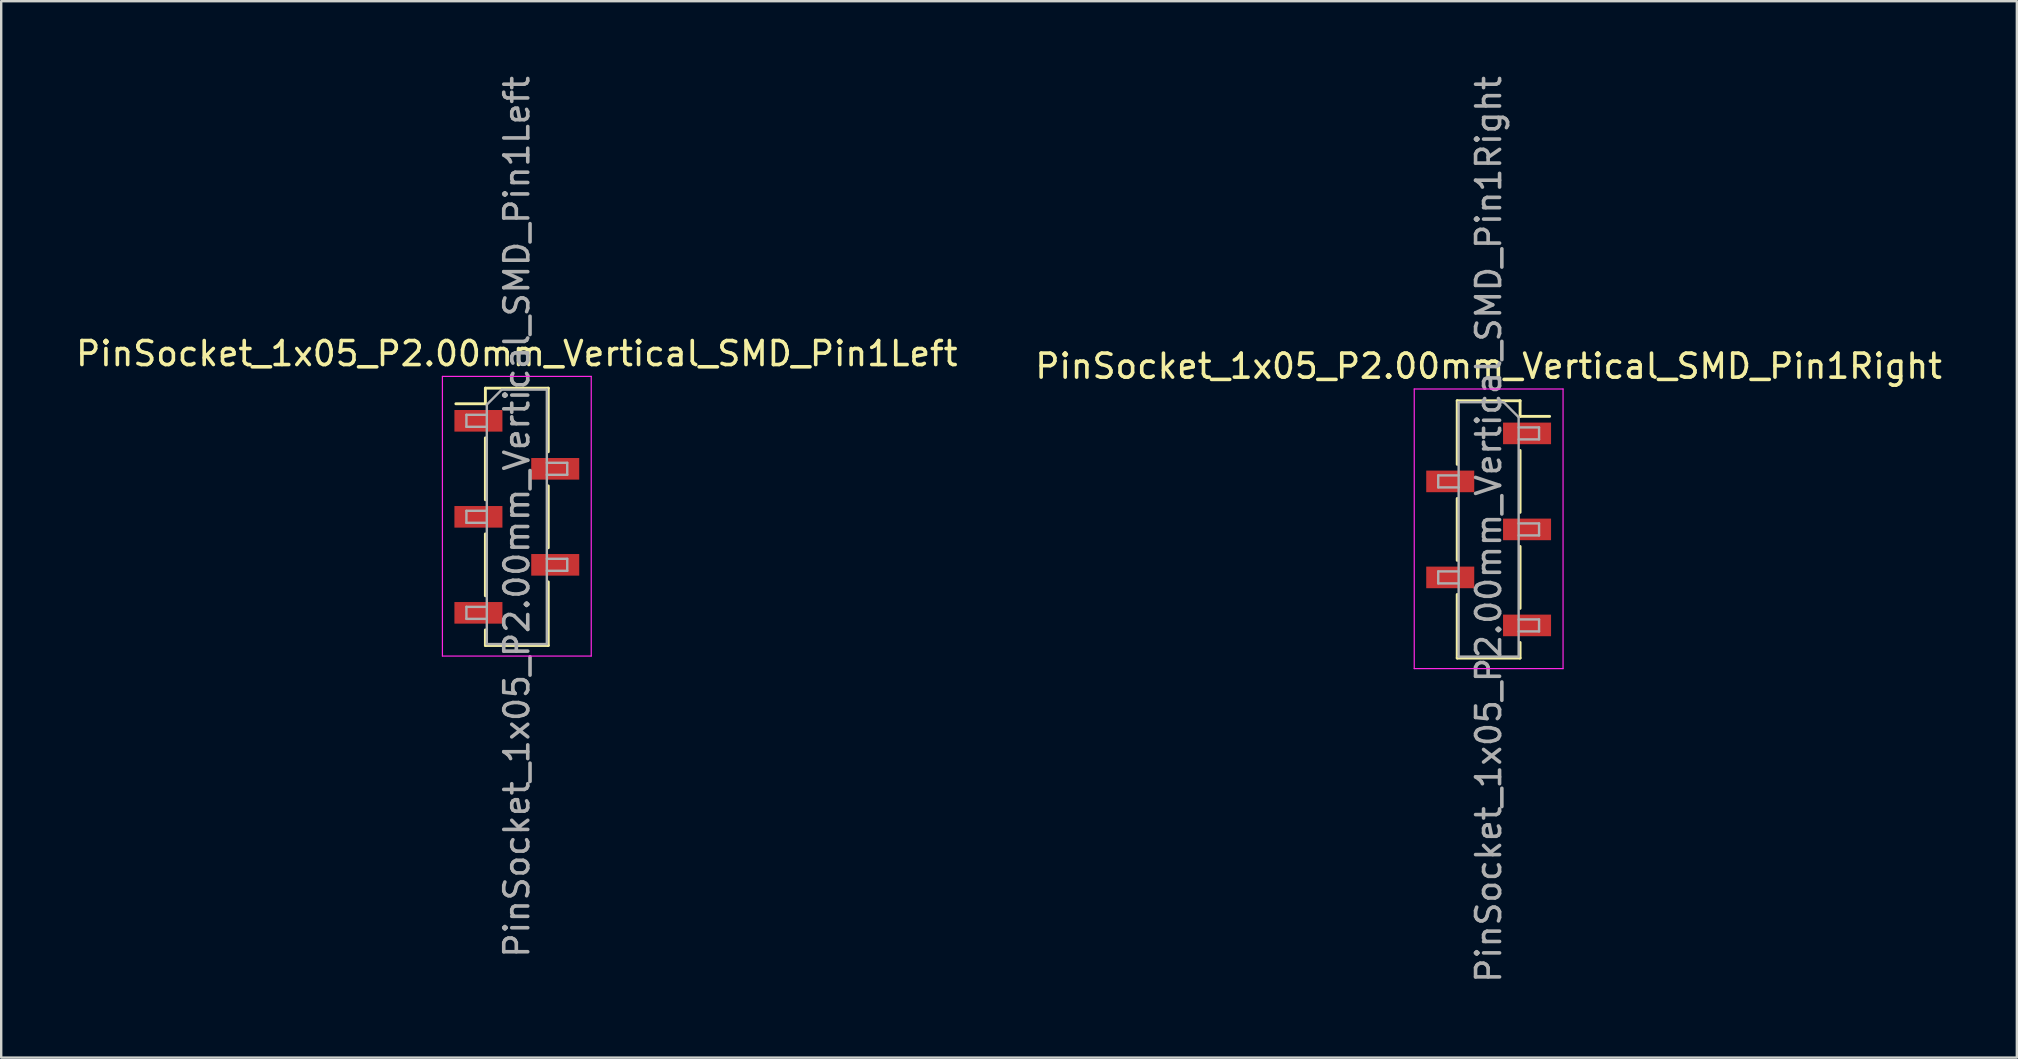
<source format=kicad_pcb>
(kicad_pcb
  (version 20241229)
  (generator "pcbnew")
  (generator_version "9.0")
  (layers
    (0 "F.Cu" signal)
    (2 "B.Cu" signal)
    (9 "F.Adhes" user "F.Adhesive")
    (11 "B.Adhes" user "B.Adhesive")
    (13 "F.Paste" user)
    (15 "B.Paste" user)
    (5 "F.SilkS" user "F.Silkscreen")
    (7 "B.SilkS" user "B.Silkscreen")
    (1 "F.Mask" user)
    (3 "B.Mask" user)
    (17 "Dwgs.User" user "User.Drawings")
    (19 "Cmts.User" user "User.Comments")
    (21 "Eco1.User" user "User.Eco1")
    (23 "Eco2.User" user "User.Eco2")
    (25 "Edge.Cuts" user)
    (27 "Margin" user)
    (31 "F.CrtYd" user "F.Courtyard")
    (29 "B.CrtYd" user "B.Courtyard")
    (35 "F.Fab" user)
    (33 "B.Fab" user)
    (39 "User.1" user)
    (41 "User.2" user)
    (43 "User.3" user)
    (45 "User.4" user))
  (footprint "PinSocket_1x05_P2.00mm_Vertical_SMD_Pin1Right"
    (layer "F.Cu")
    (at 58.97 19.006)
    (property "Reference" "PinSocket_1x05_P2.00mm_Vertical_SMD_Pin1Right" (at 0 -6.8 0) (layer "F.SilkS") (effects (font (size 1 1) (thickness 0.15))))
    (attr smd)
    (fp_line (start -1.31 -5.36) (end -1.31 -2.71) (stroke (width 0.12) (type solid)) (layer "F.SilkS"))
    (fp_line (start -1.31 -5.36) (end 1.31 -5.36) (stroke (width 0.12) (type solid)) (layer "F.SilkS"))
    (fp_line (start -1.31 -1.29) (end -1.31 1.29) (stroke (width 0.12) (type solid)) (layer "F.SilkS"))
    (fp_line (start -1.31 2.71) (end -1.31 5.36) (stroke (width 0.12) (type solid)) (layer "F.SilkS"))
    (fp_line (start -1.31 5.36) (end 1.31 5.36) (stroke (width 0.12) (type solid)) (layer "F.SilkS"))
    (fp_line (start 1.31 -5.36) (end 1.31 -4.71) (stroke (width 0.12) (type solid)) (layer "F.SilkS"))
    (fp_line (start 1.31 -4.71) (end 2.54 -4.71) (stroke (width 0.12) (type solid)) (layer "F.SilkS"))
    (fp_line (start 1.31 -3.29) (end 1.31 -0.71) (stroke (width 0.12) (type solid)) (layer "F.SilkS"))
    (fp_line (start 1.31 0.71) (end 1.31 3.29) (stroke (width 0.12) (type solid)) (layer "F.SilkS"))
    (fp_line (start 1.31 4.71) (end 1.31 5.36) (stroke (width 0.12) (type solid)) (layer "F.SilkS"))
    (fp_line (start -3.1 -5.85) (end 3.1 -5.85) (stroke (width 0.05) (type solid)) (layer "F.CrtYd"))
    (fp_line (start -3.1 5.8) (end -3.1 -5.85) (stroke (width 0.05) (type solid)) (layer "F.CrtYd"))
    (fp_line (start 3.1 -5.85) (end 3.1 5.8) (stroke (width 0.05) (type solid)) (layer "F.CrtYd"))
    (fp_line (start 3.1 5.8) (end -3.1 5.8) (stroke (width 0.05) (type solid)) (layer "F.CrtYd"))
    (fp_line (start -2.1 -2.25) (end -1.25 -2.25) (stroke (width 0.1) (type solid)) (layer "F.Fab"))
    (fp_line (start -2.1 -1.75) (end -2.1 -2.25) (stroke (width 0.1) (type solid)) (layer "F.Fab"))
    (fp_line (start -2.1 1.75) (end -1.25 1.75) (stroke (width 0.1) (type solid)) (layer "F.Fab"))
    (fp_line (start -2.1 2.25) (end -2.1 1.75) (stroke (width 0.1) (type solid)) (layer "F.Fab"))
    (fp_line (start -1.25 -5.3) (end 0.625 -5.3) (stroke (width 0.1) (type solid)) (layer "F.Fab"))
    (fp_line (start -1.25 -1.75) (end -2.1 -1.75) (stroke (width 0.1) (type solid)) (layer "F.Fab"))
    (fp_line (start -1.25 2.25) (end -2.1 2.25) (stroke (width 0.1) (type solid)) (layer "F.Fab"))
    (fp_line (start -1.25 5.3) (end -1.25 -5.3) (stroke (width 0.1) (type solid)) (layer "F.Fab"))
    (fp_line (start 0.625 -5.3) (end 1.25 -4.675) (stroke (width 0.1) (type solid)) (layer "F.Fab"))
    (fp_line (start 1.25 -4.675) (end 1.25 5.3) (stroke (width 0.1) (type solid)) (layer "F.Fab"))
    (fp_line (start 1.25 -4.25) (end 2.1 -4.25) (stroke (width 0.1) (type solid)) (layer "F.Fab"))
    (fp_line (start 1.25 -0.25) (end 2.1 -0.25) (stroke (width 0.1) (type solid)) (layer "F.Fab"))
    (fp_line (start 1.25 3.75) (end 2.1 3.75) (stroke (width 0.1) (type solid)) (layer "F.Fab"))
    (fp_line (start 1.25 5.3) (end -1.25 5.3) (stroke (width 0.1) (type solid)) (layer "F.Fab"))
    (fp_line (start 2.1 -4.25) (end 2.1 -3.75) (stroke (width 0.1) (type solid)) (layer "F.Fab"))
    (fp_line (start 2.1 -3.75) (end 1.25 -3.75) (stroke (width 0.1) (type solid)) (layer "F.Fab"))
    (fp_line (start 2.1 -0.25) (end 2.1 0.25) (stroke (width 0.1) (type solid)) (layer "F.Fab"))
    (fp_line (start 2.1 0.25) (end 1.25 0.25) (stroke (width 0.1) (type solid)) (layer "F.Fab"))
    (fp_line (start 2.1 3.75) (end 2.1 4.25) (stroke (width 0.1) (type solid)) (layer "F.Fab"))
    (fp_line (start 2.1 4.25) (end 1.25 4.25) (stroke (width 0.1) (type solid)) (layer "F.Fab"))
    (fp_text user "${REFERENCE}" (at 0 0 90) (layer "F.Fab") (effects (font (size 1 1) (thickness 0.15))))
    (pad "1" smd rect (at 1.6 -4) (size 2 0.9) (layers "F.Cu" "F.Mask" "F.Paste"))
    (pad "2" smd rect (at -1.6 -2) (size 2 0.9) (layers "F.Cu" "F.Mask" "F.Paste"))
    (pad "3" smd rect (at 1.6 0) (size 2 0.9) (layers "F.Cu" "F.Mask" "F.Paste"))
    (pad "4" smd rect (at -1.6 2) (size 2 0.9) (layers "F.Cu" "F.Mask" "F.Paste"))
    (pad "5" smd rect (at 1.6 4) (size 2 0.9) (layers "F.Cu" "F.Mask" "F.Paste")))
  (footprint "PinSocket_1x05_P2.00mm_Vertical_SMD_Pin1Left"
    (layer "F.Cu")
    (at 18.482 18.482)
    (property "Reference" "PinSocket_1x05_P2.00mm_Vertical_SMD_Pin1Left" (at 0 -6.8 0) (layer "F.SilkS") (effects (font (size 1 1) (thickness 0.15))))
    (attr smd)
    (fp_line (start -2.54 -4.71) (end -1.31 -4.71) (stroke (width 0.12) (type solid)) (layer "F.SilkS"))
    (fp_line (start -1.31 -5.36) (end -1.31 -4.71) (stroke (width 0.12) (type solid)) (layer "F.SilkS"))
    (fp_line (start -1.31 -5.36) (end 1.31 -5.36) (stroke (width 0.12) (type solid)) (layer "F.SilkS"))
    (fp_line (start -1.31 -3.29) (end -1.31 -0.71) (stroke (width 0.12) (type solid)) (layer "F.SilkS"))
    (fp_line (start -1.31 0.71) (end -1.31 3.29) (stroke (width 0.12) (type solid)) (layer "F.SilkS"))
    (fp_line (start -1.31 4.71) (end -1.31 5.36) (stroke (width 0.12) (type solid)) (layer "F.SilkS"))
    (fp_line (start -1.31 5.36) (end 1.31 5.36) (stroke (width 0.12) (type solid)) (layer "F.SilkS"))
    (fp_line (start 1.31 -5.36) (end 1.31 -2.71) (stroke (width 0.12) (type solid)) (layer "F.SilkS"))
    (fp_line (start 1.31 -1.29) (end 1.31 1.29) (stroke (width 0.12) (type solid)) (layer "F.SilkS"))
    (fp_line (start 1.31 2.71) (end 1.31 5.36) (stroke (width 0.12) (type solid)) (layer "F.SilkS"))
    (fp_line (start -3.1 -5.85) (end 3.1 -5.85) (stroke (width 0.05) (type solid)) (layer "F.CrtYd"))
    (fp_line (start -3.1 5.8) (end -3.1 -5.85) (stroke (width 0.05) (type solid)) (layer "F.CrtYd"))
    (fp_line (start 3.1 -5.85) (end 3.1 5.8) (stroke (width 0.05) (type solid)) (layer "F.CrtYd"))
    (fp_line (start 3.1 5.8) (end -3.1 5.8) (stroke (width 0.05) (type solid)) (layer "F.CrtYd"))
    (fp_line (start -2.1 -4.25) (end -1.25 -4.25) (stroke (width 0.1) (type solid)) (layer "F.Fab"))
    (fp_line (start -2.1 -3.75) (end -2.1 -4.25) (stroke (width 0.1) (type solid)) (layer "F.Fab"))
    (fp_line (start -2.1 -0.25) (end -1.25 -0.25) (stroke (width 0.1) (type solid)) (layer "F.Fab"))
    (fp_line (start -2.1 0.25) (end -2.1 -0.25) (stroke (width 0.1) (type solid)) (layer "F.Fab"))
    (fp_line (start -2.1 3.75) (end -1.25 3.75) (stroke (width 0.1) (type solid)) (layer "F.Fab"))
    (fp_line (start -2.1 4.25) (end -2.1 3.75) (stroke (width 0.1) (type solid)) (layer "F.Fab"))
    (fp_line (start -1.25 -4.675) (end -0.625 -5.3) (stroke (width 0.1) (type solid)) (layer "F.Fab"))
    (fp_line (start -1.25 -3.75) (end -2.1 -3.75) (stroke (width 0.1) (type solid)) (layer "F.Fab"))
    (fp_line (start -1.25 0.25) (end -2.1 0.25) (stroke (width 0.1) (type solid)) (layer "F.Fab"))
    (fp_line (start -1.25 4.25) (end -2.1 4.25) (stroke (width 0.1) (type solid)) (layer "F.Fab"))
    (fp_line (start -1.25 5.3) (end -1.25 -4.675) (stroke (width 0.1) (type solid)) (layer "F.Fab"))
    (fp_line (start -0.625 -5.3) (end 1.25 -5.3) (stroke (width 0.1) (type solid)) (layer "F.Fab"))
    (fp_line (start 1.25 -5.3) (end 1.25 5.3) (stroke (width 0.1) (type solid)) (layer "F.Fab"))
    (fp_line (start 1.25 -2.25) (end 2.1 -2.25) (stroke (width 0.1) (type solid)) (layer "F.Fab"))
    (fp_line (start 1.25 1.75) (end 2.1 1.75) (stroke (width 0.1) (type solid)) (layer "F.Fab"))
    (fp_line (start 1.25 5.3) (end -1.25 5.3) (stroke (width 0.1) (type solid)) (layer "F.Fab"))
    (fp_line (start 2.1 -2.25) (end 2.1 -1.75) (stroke (width 0.1) (type solid)) (layer "F.Fab"))
    (fp_line (start 2.1 -1.75) (end 1.25 -1.75) (stroke (width 0.1) (type solid)) (layer "F.Fab"))
    (fp_line (start 2.1 1.75) (end 2.1 2.25) (stroke (width 0.1) (type solid)) (layer "F.Fab"))
    (fp_line (start 2.1 2.25) (end 1.25 2.25) (stroke (width 0.1) (type solid)) (layer "F.Fab"))
    (fp_text user "${REFERENCE}" (at 0 0 90) (layer "F.Fab") (effects (font (size 1 1) (thickness 0.15))))
    (pad "1" smd rect (at -1.6 -4) (size 2 0.9) (layers "F.Cu" "F.Mask" "F.Paste"))
    (pad "2" smd rect (at 1.6 -2) (size 2 0.9) (layers "F.Cu" "F.Mask" "F.Paste"))
    (pad "3" smd rect (at -1.6 0) (size 2 0.9) (layers "F.Cu" "F.Mask" "F.Paste"))
    (pad "4" smd rect (at 1.6 2) (size 2 0.9) (layers "F.Cu" "F.Mask" "F.Paste"))
    (pad "5" smd rect (at -1.6 4) (size 2 0.9) (layers "F.Cu" "F.Mask" "F.Paste")))
  (gr_rect
    (start -3 -3)
    (end 80.976 41.012)
    (stroke (width 0.1) (type default))
    (fill no)
    (layer "Edge.Cuts")))
</source>
